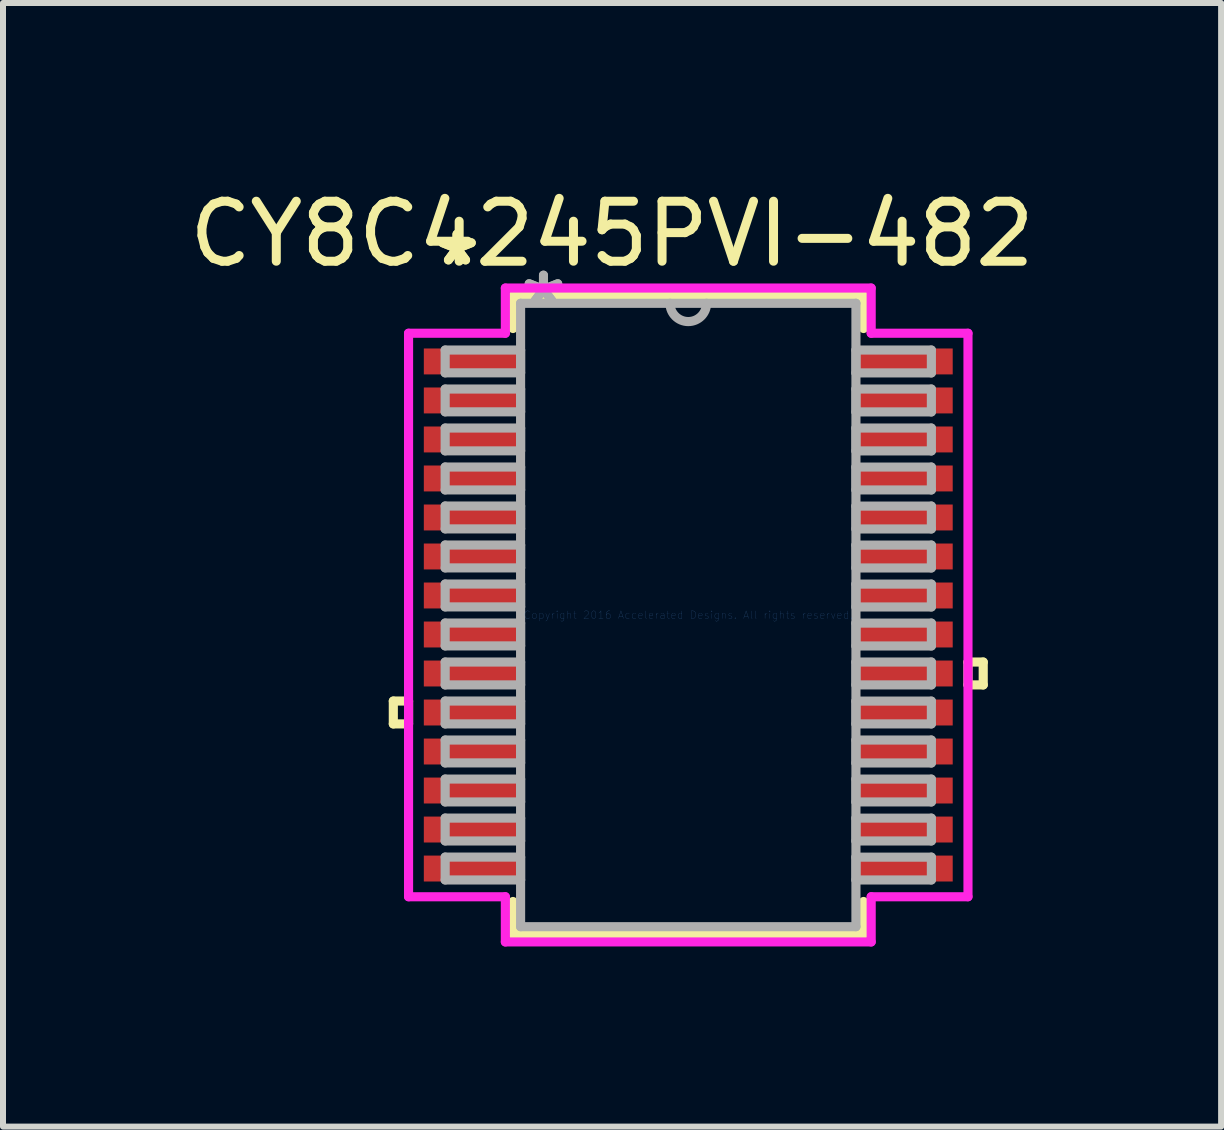
<source format=kicad_pcb>
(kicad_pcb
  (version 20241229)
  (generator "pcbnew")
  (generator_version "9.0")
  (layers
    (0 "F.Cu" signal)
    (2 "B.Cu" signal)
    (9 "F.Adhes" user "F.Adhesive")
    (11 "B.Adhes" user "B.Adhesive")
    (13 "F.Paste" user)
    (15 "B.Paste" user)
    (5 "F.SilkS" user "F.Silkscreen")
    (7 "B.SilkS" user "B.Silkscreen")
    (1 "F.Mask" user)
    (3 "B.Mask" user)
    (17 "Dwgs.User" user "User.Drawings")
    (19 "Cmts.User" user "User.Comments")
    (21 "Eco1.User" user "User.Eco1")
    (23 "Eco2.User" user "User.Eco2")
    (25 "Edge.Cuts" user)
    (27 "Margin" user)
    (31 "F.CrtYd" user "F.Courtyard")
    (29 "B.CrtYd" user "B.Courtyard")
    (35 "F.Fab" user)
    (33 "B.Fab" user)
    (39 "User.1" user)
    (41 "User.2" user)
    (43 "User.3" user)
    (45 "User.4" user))
  (footprint "CY8C4245PVI-482"
    (layer "F.Cu")
    (at 8.419 7.198)
    (property "Reference" "CY8C4245PVI-482" (at -1.27 -6.35 0) (layer "F.SilkS") (effects (font (size 1 1) (thickness 0.15))))
    (attr through_hole)
    (fp_line (start -4.915 1.434) (end -4.915 1.815) (stroke (width 0.152) (type solid)) (layer "F.SilkS"))
    (fp_line (start -4.915 1.815) (end -4.661 1.815) (stroke (width 0.152) (type solid)) (layer "F.SilkS"))
    (fp_line (start -4.661 1.434) (end -4.915 1.434) (stroke (width 0.152) (type solid)) (layer "F.SilkS"))
    (fp_line (start -4.661 1.815) (end -4.661 1.434) (stroke (width 0.152) (type solid)) (layer "F.SilkS"))
    (fp_line (start -2.921 -5.321) (end -2.921 -4.774) (stroke (width 0.152) (type solid)) (layer "F.SilkS"))
    (fp_line (start -2.921 4.774) (end -2.921 5.321) (stroke (width 0.152) (type solid)) (layer "F.SilkS"))
    (fp_line (start -2.921 5.321) (end 2.921 5.321) (stroke (width 0.152) (type solid)) (layer "F.SilkS"))
    (fp_line (start 2.921 -5.321) (end -2.921 -5.321) (stroke (width 0.152) (type solid)) (layer "F.SilkS"))
    (fp_line (start 2.921 -4.774) (end 2.921 -5.321) (stroke (width 0.152) (type solid)) (layer "F.SilkS"))
    (fp_line (start 2.921 5.321) (end 2.921 4.774) (stroke (width 0.152) (type solid)) (layer "F.SilkS"))
    (fp_line (start 4.661 0.784) (end 4.915 0.784) (stroke (width 0.152) (type solid)) (layer "F.SilkS"))
    (fp_line (start 4.661 1.165) (end 4.661 0.784) (stroke (width 0.152) (type solid)) (layer "F.SilkS"))
    (fp_line (start 4.915 0.784) (end 4.915 1.165) (stroke (width 0.152) (type solid)) (layer "F.SilkS"))
    (fp_line (start 4.915 1.165) (end 4.661 1.165) (stroke (width 0.152) (type solid)) (layer "F.SilkS"))
    (fp_line (start -4.661 -4.695) (end -3.048 -4.695) (stroke (width 0.152) (type solid)) (layer "F.CrtYd"))
    (fp_line (start -4.661 4.695) (end -4.661 -4.695) (stroke (width 0.152) (type solid)) (layer "F.CrtYd"))
    (fp_line (start -3.048 -5.448) (end 3.048 -5.448) (stroke (width 0.152) (type solid)) (layer "F.CrtYd"))
    (fp_line (start -3.048 -4.695) (end -3.048 -5.448) (stroke (width 0.152) (type solid)) (layer "F.CrtYd"))
    (fp_line (start -3.048 4.695) (end -4.661 4.695) (stroke (width 0.152) (type solid)) (layer "F.CrtYd"))
    (fp_line (start -3.048 5.448) (end -3.048 4.695) (stroke (width 0.152) (type solid)) (layer "F.CrtYd"))
    (fp_line (start 3.048 -5.448) (end 3.048 -4.695) (stroke (width 0.152) (type solid)) (layer "F.CrtYd"))
    (fp_line (start 3.048 -4.695) (end 4.661 -4.695) (stroke (width 0.152) (type solid)) (layer "F.CrtYd"))
    (fp_line (start 3.048 4.695) (end 3.048 5.448) (stroke (width 0.152) (type solid)) (layer "F.CrtYd"))
    (fp_line (start 3.048 5.448) (end -3.048 5.448) (stroke (width 0.152) (type solid)) (layer "F.CrtYd"))
    (fp_line (start 4.661 -4.695) (end 4.661 4.695) (stroke (width 0.152) (type solid)) (layer "F.CrtYd"))
    (fp_line (start 4.661 4.695) (end 3.048 4.695) (stroke (width 0.152) (type solid)) (layer "F.CrtYd"))
    (fp_line (start -4.051 -4.415) (end -4.051 -4.035) (stroke (width 0.152) (type solid)) (layer "F.Fab"))
    (fp_line (start -4.051 -4.035) (end -2.794 -4.035) (stroke (width 0.152) (type solid)) (layer "F.Fab"))
    (fp_line (start -4.051 -3.765) (end -4.051 -3.385) (stroke (width 0.152) (type solid)) (layer "F.Fab"))
    (fp_line (start -4.051 -3.385) (end -2.794 -3.385) (stroke (width 0.152) (type solid)) (layer "F.Fab"))
    (fp_line (start -4.051 -3.115) (end -4.051 -2.735) (stroke (width 0.152) (type solid)) (layer "F.Fab"))
    (fp_line (start -4.051 -2.735) (end -2.794 -2.735) (stroke (width 0.152) (type solid)) (layer "F.Fab"))
    (fp_line (start -4.051 -2.466) (end -4.051 -2.084) (stroke (width 0.152) (type solid)) (layer "F.Fab"))
    (fp_line (start -4.051 -2.084) (end -2.794 -2.084) (stroke (width 0.152) (type solid)) (layer "F.Fab"))
    (fp_line (start -4.051 -1.816) (end -4.051 -1.435) (stroke (width 0.152) (type solid)) (layer "F.Fab"))
    (fp_line (start -4.051 -1.435) (end -2.794 -1.435) (stroke (width 0.152) (type solid)) (layer "F.Fab"))
    (fp_line (start -4.051 -1.166) (end -4.051 -0.785) (stroke (width 0.152) (type solid)) (layer "F.Fab"))
    (fp_line (start -4.051 -0.785) (end -2.794 -0.785) (stroke (width 0.152) (type solid)) (layer "F.Fab"))
    (fp_line (start -4.051 -0.516) (end -4.051 -0.135) (stroke (width 0.152) (type solid)) (layer "F.Fab"))
    (fp_line (start -4.051 -0.135) (end -2.794 -0.135) (stroke (width 0.152) (type solid)) (layer "F.Fab"))
    (fp_line (start -4.051 0.134) (end -4.051 0.515) (stroke (width 0.152) (type solid)) (layer "F.Fab"))
    (fp_line (start -4.051 0.515) (end -2.794 0.515) (stroke (width 0.152) (type solid)) (layer "F.Fab"))
    (fp_line (start -4.051 0.784) (end -4.051 1.165) (stroke (width 0.152) (type solid)) (layer "F.Fab"))
    (fp_line (start -4.051 1.165) (end -2.794 1.165) (stroke (width 0.152) (type solid)) (layer "F.Fab"))
    (fp_line (start -4.051 1.434) (end -4.051 1.815) (stroke (width 0.152) (type solid)) (layer "F.Fab"))
    (fp_line (start -4.051 1.815) (end -2.794 1.815) (stroke (width 0.152) (type solid)) (layer "F.Fab"))
    (fp_line (start -4.051 2.084) (end -4.051 2.465) (stroke (width 0.152) (type solid)) (layer "F.Fab"))
    (fp_line (start -4.051 2.465) (end -2.794 2.465) (stroke (width 0.152) (type solid)) (layer "F.Fab"))
    (fp_line (start -4.051 2.734) (end -4.051 3.115) (stroke (width 0.152) (type solid)) (layer "F.Fab"))
    (fp_line (start -4.051 3.115) (end -2.794 3.115) (stroke (width 0.152) (type solid)) (layer "F.Fab"))
    (fp_line (start -4.051 3.384) (end -4.051 3.765) (stroke (width 0.152) (type solid)) (layer "F.Fab"))
    (fp_line (start -4.051 3.765) (end -2.794 3.765) (stroke (width 0.152) (type solid)) (layer "F.Fab"))
    (fp_line (start -4.051 4.034) (end -4.051 4.415) (stroke (width 0.152) (type solid)) (layer "F.Fab"))
    (fp_line (start -4.051 4.415) (end -2.794 4.415) (stroke (width 0.152) (type solid)) (layer "F.Fab"))
    (fp_line (start -2.794 -5.194) (end -2.794 5.194) (stroke (width 0.152) (type solid)) (layer "F.Fab"))
    (fp_line (start -2.794 -4.415) (end -4.051 -4.415) (stroke (width 0.152) (type solid)) (layer "F.Fab"))
    (fp_line (start -2.794 -4.035) (end -2.794 -4.415) (stroke (width 0.152) (type solid)) (layer "F.Fab"))
    (fp_line (start -2.794 -3.765) (end -4.051 -3.765) (stroke (width 0.152) (type solid)) (layer "F.Fab"))
    (fp_line (start -2.794 -3.385) (end -2.794 -3.765) (stroke (width 0.152) (type solid)) (layer "F.Fab"))
    (fp_line (start -2.794 -3.115) (end -4.051 -3.115) (stroke (width 0.152) (type solid)) (layer "F.Fab"))
    (fp_line (start -2.794 -2.735) (end -2.794 -3.115) (stroke (width 0.152) (type solid)) (layer "F.Fab"))
    (fp_line (start -2.794 -2.466) (end -4.051 -2.466) (stroke (width 0.152) (type solid)) (layer "F.Fab"))
    (fp_line (start -2.794 -2.084) (end -2.794 -2.466) (stroke (width 0.152) (type solid)) (layer "F.Fab"))
    (fp_line (start -2.794 -1.816) (end -4.051 -1.816) (stroke (width 0.152) (type solid)) (layer "F.Fab"))
    (fp_line (start -2.794 -1.435) (end -2.794 -1.816) (stroke (width 0.152) (type solid)) (layer "F.Fab"))
    (fp_line (start -2.794 -1.166) (end -4.051 -1.166) (stroke (width 0.152) (type solid)) (layer "F.Fab"))
    (fp_line (start -2.794 -0.785) (end -2.794 -1.166) (stroke (width 0.152) (type solid)) (layer "F.Fab"))
    (fp_line (start -2.794 -0.516) (end -4.051 -0.516) (stroke (width 0.152) (type solid)) (layer "F.Fab"))
    (fp_line (start -2.794 -0.135) (end -2.794 -0.516) (stroke (width 0.152) (type solid)) (layer "F.Fab"))
    (fp_line (start -2.794 0.134) (end -4.051 0.134) (stroke (width 0.152) (type solid)) (layer "F.Fab"))
    (fp_line (start -2.794 0.515) (end -2.794 0.134) (stroke (width 0.152) (type solid)) (layer "F.Fab"))
    (fp_line (start -2.794 0.784) (end -4.051 0.784) (stroke (width 0.152) (type solid)) (layer "F.Fab"))
    (fp_line (start -2.794 1.165) (end -2.794 0.784) (stroke (width 0.152) (type solid)) (layer "F.Fab"))
    (fp_line (start -2.794 1.434) (end -4.051 1.434) (stroke (width 0.152) (type solid)) (layer "F.Fab"))
    (fp_line (start -2.794 1.815) (end -2.794 1.434) (stroke (width 0.152) (type solid)) (layer "F.Fab"))
    (fp_line (start -2.794 2.084) (end -4.051 2.084) (stroke (width 0.152) (type solid)) (layer "F.Fab"))
    (fp_line (start -2.794 2.465) (end -2.794 2.084) (stroke (width 0.152) (type solid)) (layer "F.Fab"))
    (fp_line (start -2.794 2.734) (end -4.051 2.734) (stroke (width 0.152) (type solid)) (layer "F.Fab"))
    (fp_line (start -2.794 3.115) (end -2.794 2.734) (stroke (width 0.152) (type solid)) (layer "F.Fab"))
    (fp_line (start -2.794 3.384) (end -4.051 3.384) (stroke (width 0.152) (type solid)) (layer "F.Fab"))
    (fp_line (start -2.794 3.765) (end -2.794 3.384) (stroke (width 0.152) (type solid)) (layer "F.Fab"))
    (fp_line (start -2.794 4.034) (end -4.051 4.034) (stroke (width 0.152) (type solid)) (layer "F.Fab"))
    (fp_line (start -2.794 4.415) (end -2.794 4.034) (stroke (width 0.152) (type solid)) (layer "F.Fab"))
    (fp_line (start -2.794 5.194) (end 2.794 5.194) (stroke (width 0.152) (type solid)) (layer "F.Fab"))
    (fp_line (start 2.794 -5.194) (end -2.794 -5.194) (stroke (width 0.152) (type solid)) (layer "F.Fab"))
    (fp_line (start 2.794 -4.415) (end 2.794 -4.034) (stroke (width 0.152) (type solid)) (layer "F.Fab"))
    (fp_line (start 2.794 -4.034) (end 4.051 -4.034) (stroke (width 0.152) (type solid)) (layer "F.Fab"))
    (fp_line (start 2.794 -3.765) (end 2.794 -3.384) (stroke (width 0.152) (type solid)) (layer "F.Fab"))
    (fp_line (start 2.794 -3.384) (end 4.051 -3.384) (stroke (width 0.152) (type solid)) (layer "F.Fab"))
    (fp_line (start 2.794 -3.115) (end 2.794 -2.734) (stroke (width 0.152) (type solid)) (layer "F.Fab"))
    (fp_line (start 2.794 -2.734) (end 4.051 -2.734) (stroke (width 0.152) (type solid)) (layer "F.Fab"))
    (fp_line (start 2.794 -2.465) (end 2.794 -2.084) (stroke (width 0.152) (type solid)) (layer "F.Fab"))
    (fp_line (start 2.794 -2.084) (end 4.051 -2.084) (stroke (width 0.152) (type solid)) (layer "F.Fab"))
    (fp_line (start 2.794 -1.815) (end 2.794 -1.434) (stroke (width 0.152) (type solid)) (layer "F.Fab"))
    (fp_line (start 2.794 -1.434) (end 4.051 -1.434) (stroke (width 0.152) (type solid)) (layer "F.Fab"))
    (fp_line (start 2.794 -1.165) (end 2.794 -0.784) (stroke (width 0.152) (type solid)) (layer "F.Fab"))
    (fp_line (start 2.794 -0.784) (end 4.051 -0.784) (stroke (width 0.152) (type solid)) (layer "F.Fab"))
    (fp_line (start 2.794 -0.515) (end 2.794 -0.134) (stroke (width 0.152) (type solid)) (layer "F.Fab"))
    (fp_line (start 2.794 -0.134) (end 4.051 -0.134) (stroke (width 0.152) (type solid)) (layer "F.Fab"))
    (fp_line (start 2.794 0.135) (end 2.794 0.516) (stroke (width 0.152) (type solid)) (layer "F.Fab"))
    (fp_line (start 2.794 0.516) (end 4.051 0.516) (stroke (width 0.152) (type solid)) (layer "F.Fab"))
    (fp_line (start 2.794 0.784) (end 2.794 1.165) (stroke (width 0.152) (type solid)) (layer "F.Fab"))
    (fp_line (start 2.794 1.165) (end 4.051 1.165) (stroke (width 0.152) (type solid)) (layer "F.Fab"))
    (fp_line (start 2.794 1.435) (end 2.794 1.815) (stroke (width 0.152) (type solid)) (layer "F.Fab"))
    (fp_line (start 2.794 1.815) (end 4.051 1.815) (stroke (width 0.152) (type solid)) (layer "F.Fab"))
    (fp_line (start 2.794 2.084) (end 2.794 2.466) (stroke (width 0.152) (type solid)) (layer "F.Fab"))
    (fp_line (start 2.794 2.466) (end 4.051 2.466) (stroke (width 0.152) (type solid)) (layer "F.Fab"))
    (fp_line (start 2.794 2.735) (end 2.794 3.115) (stroke (width 0.152) (type solid)) (layer "F.Fab"))
    (fp_line (start 2.794 3.115) (end 4.051 3.115) (stroke (width 0.152) (type solid)) (layer "F.Fab"))
    (fp_line (start 2.794 3.385) (end 2.794 3.765) (stroke (width 0.152) (type solid)) (layer "F.Fab"))
    (fp_line (start 2.794 3.765) (end 4.051 3.765) (stroke (width 0.152) (type solid)) (layer "F.Fab"))
    (fp_line (start 2.794 4.035) (end 2.794 4.415) (stroke (width 0.152) (type solid)) (layer "F.Fab"))
    (fp_line (start 2.794 4.415) (end 4.051 4.415) (stroke (width 0.152) (type solid)) (layer "F.Fab"))
    (fp_line (start 2.794 5.194) (end 2.794 -5.194) (stroke (width 0.152) (type solid)) (layer "F.Fab"))
    (fp_line (start 4.051 -4.415) (end 2.794 -4.415) (stroke (width 0.152) (type solid)) (layer "F.Fab"))
    (fp_line (start 4.051 -4.034) (end 4.051 -4.415) (stroke (width 0.152) (type solid)) (layer "F.Fab"))
    (fp_line (start 4.051 -3.765) (end 2.794 -3.765) (stroke (width 0.152) (type solid)) (layer "F.Fab"))
    (fp_line (start 4.051 -3.384) (end 4.051 -3.765) (stroke (width 0.152) (type solid)) (layer "F.Fab"))
    (fp_line (start 4.051 -3.115) (end 2.794 -3.115) (stroke (width 0.152) (type solid)) (layer "F.Fab"))
    (fp_line (start 4.051 -2.734) (end 4.051 -3.115) (stroke (width 0.152) (type solid)) (layer "F.Fab"))
    (fp_line (start 4.051 -2.465) (end 2.794 -2.465) (stroke (width 0.152) (type solid)) (layer "F.Fab"))
    (fp_line (start 4.051 -2.084) (end 4.051 -2.465) (stroke (width 0.152) (type solid)) (layer "F.Fab"))
    (fp_line (start 4.051 -1.815) (end 2.794 -1.815) (stroke (width 0.152) (type solid)) (layer "F.Fab"))
    (fp_line (start 4.051 -1.434) (end 4.051 -1.815) (stroke (width 0.152) (type solid)) (layer "F.Fab"))
    (fp_line (start 4.051 -1.165) (end 2.794 -1.165) (stroke (width 0.152) (type solid)) (layer "F.Fab"))
    (fp_line (start 4.051 -0.784) (end 4.051 -1.165) (stroke (width 0.152) (type solid)) (layer "F.Fab"))
    (fp_line (start 4.051 -0.515) (end 2.794 -0.515) (stroke (width 0.152) (type solid)) (layer "F.Fab"))
    (fp_line (start 4.051 -0.134) (end 4.051 -0.515) (stroke (width 0.152) (type solid)) (layer "F.Fab"))
    (fp_line (start 4.051 0.135) (end 2.794 0.135) (stroke (width 0.152) (type solid)) (layer "F.Fab"))
    (fp_line (start 4.051 0.516) (end 4.051 0.135) (stroke (width 0.152) (type solid)) (layer "F.Fab"))
    (fp_line (start 4.051 0.784) (end 2.794 0.784) (stroke (width 0.152) (type solid)) (layer "F.Fab"))
    (fp_line (start 4.051 1.165) (end 4.051 0.784) (stroke (width 0.152) (type solid)) (layer "F.Fab"))
    (fp_line (start 4.051 1.435) (end 2.794 1.435) (stroke (width 0.152) (type solid)) (layer "F.Fab"))
    (fp_line (start 4.051 1.815) (end 4.051 1.435) (stroke (width 0.152) (type solid)) (layer "F.Fab"))
    (fp_line (start 4.051 2.084) (end 2.794 2.084) (stroke (width 0.152) (type solid)) (layer "F.Fab"))
    (fp_line (start 4.051 2.466) (end 4.051 2.084) (stroke (width 0.152) (type solid)) (layer "F.Fab"))
    (fp_line (start 4.051 2.735) (end 2.794 2.735) (stroke (width 0.152) (type solid)) (layer "F.Fab"))
    (fp_line (start 4.051 3.115) (end 4.051 2.735) (stroke (width 0.152) (type solid)) (layer "F.Fab"))
    (fp_line (start 4.051 3.385) (end 2.794 3.385) (stroke (width 0.152) (type solid)) (layer "F.Fab"))
    (fp_line (start 4.051 3.765) (end 4.051 3.385) (stroke (width 0.152) (type solid)) (layer "F.Fab"))
    (fp_line (start 4.051 4.035) (end 2.794 4.035) (stroke (width 0.152) (type solid)) (layer "F.Fab"))
    (fp_line (start 4.051 4.415) (end 4.051 4.035) (stroke (width 0.152) (type solid)) (layer "F.Fab"))
    (fp_arc (start 0.3048 -5.1943) (mid 0 -4.8895) (end -0.3048 -5.1943) (stroke (width 0.1524) (type solid)) (layer "F.Fab"))
    (fp_text user "*" (at -3.854 -5.8 0) (layer "F.SilkS") (effects (font (size 1 1) (thickness 0.15))))
    (fp_text user "*" (at -3.854 -5.8 0) (layer "F.SilkS") (effects (font (size 1 1) (thickness 0.15))))
    (fp_text user "Copyright 2016 Accelerated Designs. All rights reserved." (at 0 0 0) (layer "Cmts.User") (effects (font (size 0.127 0.127) (thickness 0.002))))
    (fp_text user "*" (at -2.413 -5.118 0) (layer "F.Fab") (effects (font (size 1 1) (thickness 0.15))))
    (fp_text user "*" (at -2.413 -5.118 0) (layer "F.Fab") (effects (font (size 1 1) (thickness 0.15))))
    (pad "1" smd rect (at -3.6 -4.225) (size 1.613 0.432) (layers "F.Cu" "F.Mask" "F.Paste"))
    (pad "2" smd rect (at -3.6 -3.575) (size 1.613 0.432) (layers "F.Cu" "F.Mask" "F.Paste"))
    (pad "3" smd rect (at -3.6 -2.925) (size 1.613 0.432) (layers "F.Cu" "F.Mask" "F.Paste"))
    (pad "4" smd rect (at -3.6 -2.275) (size 1.613 0.432) (layers "F.Cu" "F.Mask" "F.Paste"))
    (pad "5" smd rect (at -3.6 -1.625) (size 1.613 0.432) (layers "F.Cu" "F.Mask" "F.Paste"))
    (pad "6" smd rect (at -3.6 -0.975) (size 1.613 0.432) (layers "F.Cu" "F.Mask" "F.Paste"))
    (pad "7" smd rect (at -3.6 -0.325) (size 1.613 0.432) (layers "F.Cu" "F.Mask" "F.Paste"))
    (pad "8" smd rect (at -3.6 0.325) (size 1.613 0.432) (layers "F.Cu" "F.Mask" "F.Paste"))
    (pad "9" smd rect (at -3.6 0.975) (size 1.613 0.432) (layers "F.Cu" "F.Mask" "F.Paste"))
    (pad "10" smd rect (at -3.6 1.625) (size 1.613 0.432) (layers "F.Cu" "F.Mask" "F.Paste"))
    (pad "11" smd rect (at -3.6 2.275) (size 1.613 0.432) (layers "F.Cu" "F.Mask" "F.Paste"))
    (pad "12" smd rect (at -3.6 2.925) (size 1.613 0.432) (layers "F.Cu" "F.Mask" "F.Paste"))
    (pad "13" smd rect (at -3.6 3.575) (size 1.613 0.432) (layers "F.Cu" "F.Mask" "F.Paste"))
    (pad "14" smd rect (at -3.6 4.225) (size 1.613 0.432) (layers "F.Cu" "F.Mask" "F.Paste"))
    (pad "15" smd rect (at 3.6 4.225) (size 1.613 0.432) (layers "F.Cu" "F.Mask" "F.Paste"))
    (pad "16" smd rect (at 3.6 3.575) (size 1.613 0.432) (layers "F.Cu" "F.Mask" "F.Paste"))
    (pad "17" smd rect (at 3.6 2.925) (size 1.613 0.432) (layers "F.Cu" "F.Mask" "F.Paste"))
    (pad "18" smd rect (at 3.6 2.275) (size 1.613 0.432) (layers "F.Cu" "F.Mask" "F.Paste"))
    (pad "19" smd rect (at 3.6 1.625) (size 1.613 0.432) (layers "F.Cu" "F.Mask" "F.Paste"))
    (pad "20" smd rect (at 3.6 0.975) (size 1.613 0.432) (layers "F.Cu" "F.Mask" "F.Paste"))
    (pad "21" smd rect (at 3.6 0.325) (size 1.613 0.432) (layers "F.Cu" "F.Mask" "F.Paste"))
    (pad "22" smd rect (at 3.6 -0.325) (size 1.613 0.432) (layers "F.Cu" "F.Mask" "F.Paste"))
    (pad "23" smd rect (at 3.6 -0.975) (size 1.613 0.432) (layers "F.Cu" "F.Mask" "F.Paste"))
    (pad "24" smd rect (at 3.6 -1.625) (size 1.613 0.432) (layers "F.Cu" "F.Mask" "F.Paste"))
    (pad "25" smd rect (at 3.6 -2.275) (size 1.613 0.432) (layers "F.Cu" "F.Mask" "F.Paste"))
    (pad "26" smd rect (at 3.6 -2.925) (size 1.613 0.432) (layers "F.Cu" "F.Mask" "F.Paste"))
    (pad "27" smd rect (at 3.6 -3.575) (size 1.613 0.432) (layers "F.Cu" "F.Mask" "F.Paste"))
    (pad "28" smd rect (at 3.6 -4.225) (size 1.613 0.432) (layers "F.Cu" "F.Mask" "F.Paste")))
  (gr_rect
    (start -3 -3)
    (end 17.298 15.723)
    (stroke (width 0.1) (type default))
    (fill no)
    (layer "Edge.Cuts")))
</source>
